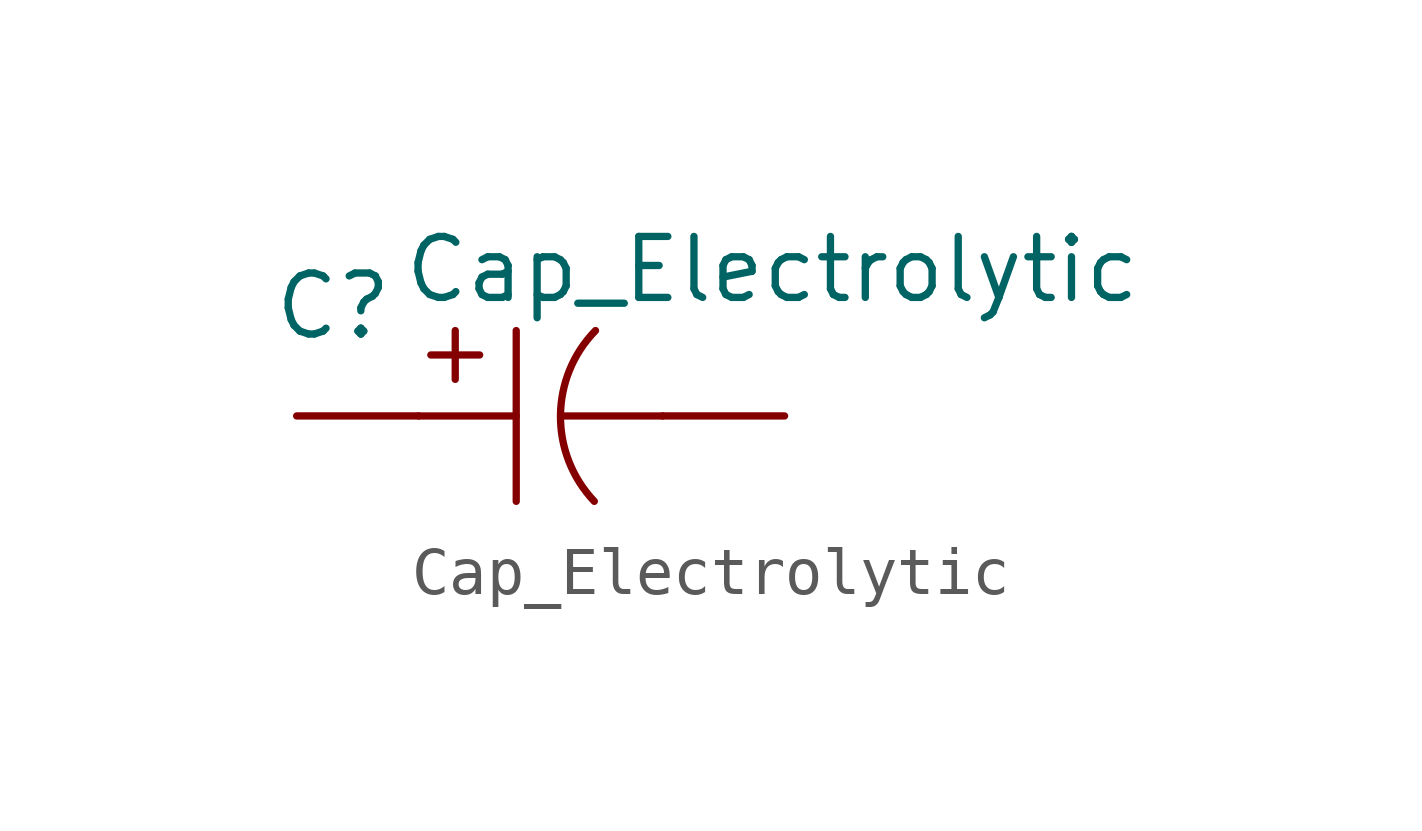
<source format=kicad_sym>
(kicad_symbol_lib
  (version 20231120)
  (generator "kicad_symbol_editor")
  (generator_version "8.0")
  (symbol "Cap_Electrolytic"
    (pin_numbers hide)
    (pin_names
      (offset 1.016) hide)
    (property "Reference" "C"
      (at -4.318 2.286 0)
      (effects (font (size 1.27 1.27))))
    (property "Value" "Cap_Electrolytic"
      (at 4.826 3.048 0)
      (effects (font (size 1.27 1.27))))
    (symbol "Cap_Electrolytic_1_1"
      (polyline (pts (xy -2.54 0) (xy -0.508 0)) (stroke (width 0.152) (type solid)) (fill (type none)))
      (polyline (pts (xy -2.286 1.27) (xy -1.27 1.27)) (stroke (width 0.152) (type solid)) (fill (type none)))
      (polyline (pts (xy -1.778 1.778) (xy -1.778 0.762)) (stroke (width 0.152) (type solid)) (fill (type none)))
      (polyline (pts (xy -0.508 1.778) (xy -0.508 -1.778)) (stroke (width 0.152) (type solid)) (fill (type none)))
      (polyline (pts (xy 0.508 0) (xy 2.54 0)) (stroke (width 0.152) (type solid)) (fill (type none)))
      (arc (start 1.143 1.778) (mid 0.4139 0.0089) (end 1.1176 -1.778) (stroke (width 0.1524) (type solid)) (fill (type none)))
      (pin input line (at -5.08 0 0) (length 2.54) (name "1" (effects (font (size 1.27 1.27)))) (number "1" (effects (font (size 1.27 1.27)))))
      (pin input line (at 5.08 0 180) (length 2.54) (name "2" (effects (font (size 1.27 1.27)))) (number "2" (effects (font (size 1.27 1.27))))))))
</source>
